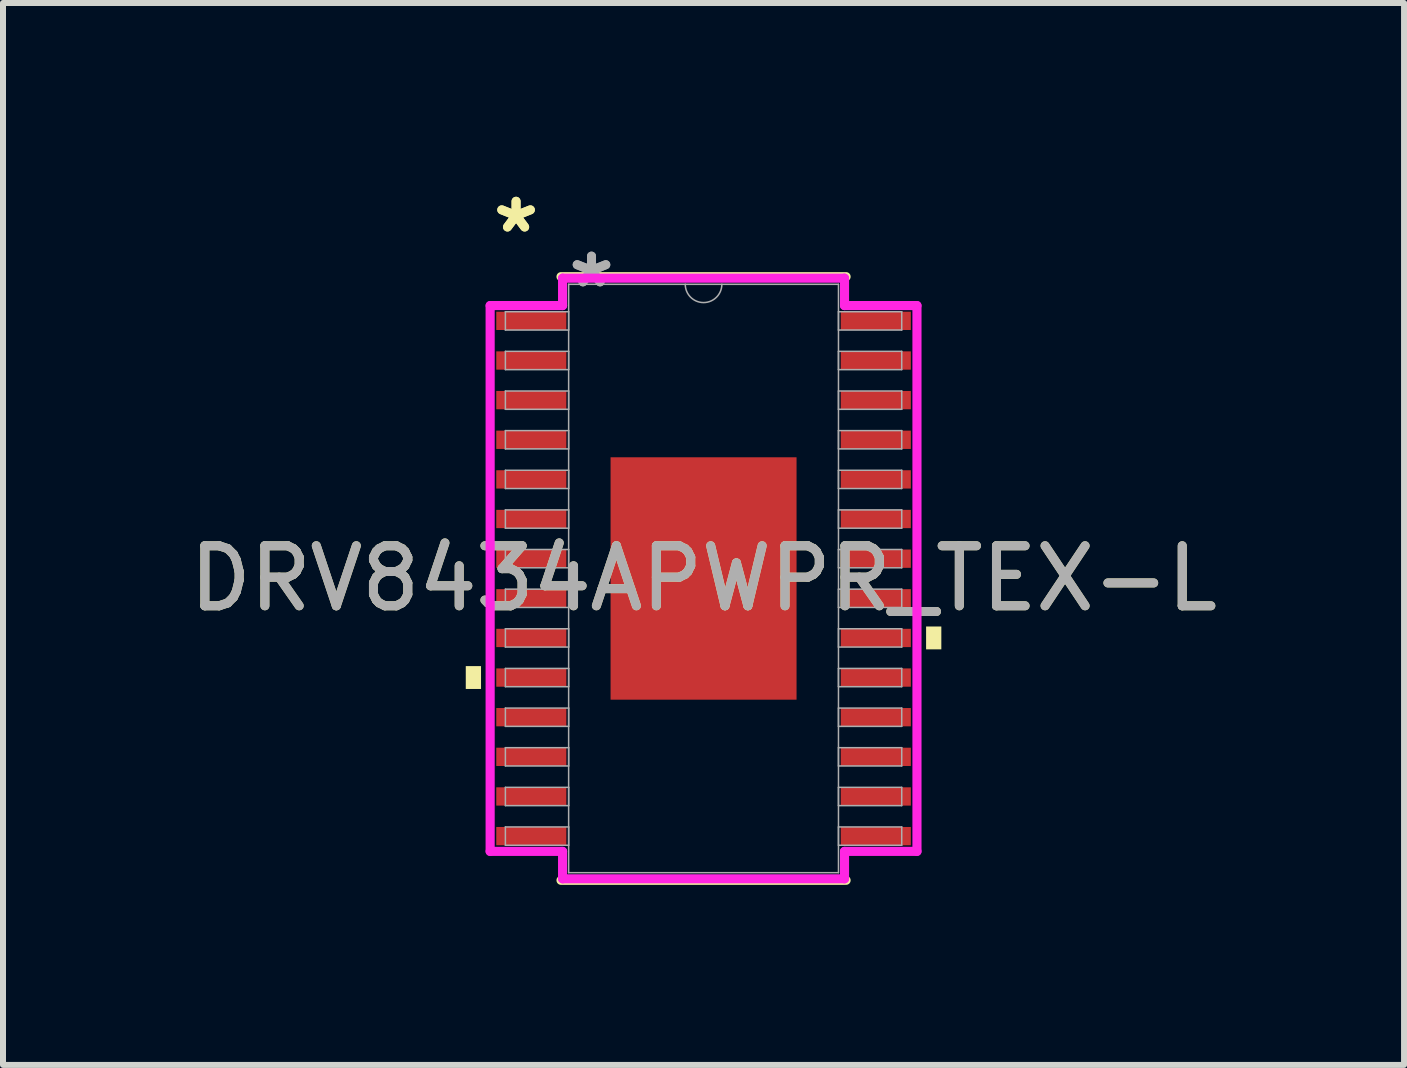
<source format=kicad_pcb>
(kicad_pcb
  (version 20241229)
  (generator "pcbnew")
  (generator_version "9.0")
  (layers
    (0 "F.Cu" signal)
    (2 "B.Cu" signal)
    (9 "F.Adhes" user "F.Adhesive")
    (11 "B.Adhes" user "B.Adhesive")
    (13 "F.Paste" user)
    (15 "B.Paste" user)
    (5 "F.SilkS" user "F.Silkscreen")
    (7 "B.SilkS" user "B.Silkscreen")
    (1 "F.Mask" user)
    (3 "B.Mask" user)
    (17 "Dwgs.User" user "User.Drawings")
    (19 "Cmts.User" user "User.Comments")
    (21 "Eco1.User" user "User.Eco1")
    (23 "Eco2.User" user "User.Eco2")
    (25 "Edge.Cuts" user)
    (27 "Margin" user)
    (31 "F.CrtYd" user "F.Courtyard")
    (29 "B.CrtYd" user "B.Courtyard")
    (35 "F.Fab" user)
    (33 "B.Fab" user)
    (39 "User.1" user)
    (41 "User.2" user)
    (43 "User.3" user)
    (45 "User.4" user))
  (footprint "DRV8434APWPR_TEX-L"
    (layer "F.Cu")
    (at 8.673 6.589)
    (property "Reference" "DRV8434APWPR_TEX-L" (at 0 0 0) (unlocked yes) (layer "F.SilkS") (effects (font (size 1 1) (thickness 0.15))))
    (attr smd)
    (fp_line (start -2.375 5.029) (end 2.375 5.029) (stroke (width 0.152) (type solid)) (layer "F.SilkS"))
    (fp_line (start 2.375 -5.029) (end -2.375 -5.029) (stroke (width 0.152) (type solid)) (layer "F.SilkS"))
    (fp_poly (pts (xy -3.962 1.46) (xy -3.962 1.841) (xy -3.708 1.841) (xy -3.708 1.46)) (stroke (width 0) (type solid)) (fill yes) (layer "F.SilkS"))
    (fp_poly (pts (xy 3.962 0.8) (xy 3.962 1.181) (xy 3.708 1.181) (xy 3.708 0.8)) (stroke (width 0) (type solid)) (fill yes) (layer "F.SilkS"))
    (fp_poly (pts (xy -1.449 -1.919) (xy -1.449 -0.773) (xy -0.1 -0.773) (xy -0.1 -1.919)) (stroke (width 0) (type solid)) (fill yes) (layer "F.Paste"))
    (fp_poly (pts (xy -1.449 -0.573) (xy -1.449 0.573) (xy -0.1 0.573) (xy -0.1 -0.573)) (stroke (width 0) (type solid)) (fill yes) (layer "F.Paste"))
    (fp_poly (pts (xy -1.449 0.773) (xy -1.449 1.919) (xy -0.1 1.919) (xy -0.1 0.773)) (stroke (width 0) (type solid)) (fill yes) (layer "F.Paste"))
    (fp_poly (pts (xy 0.1 -1.919) (xy 0.1 -0.773) (xy 1.449 -0.773) (xy 1.449 -1.919)) (stroke (width 0) (type solid)) (fill yes) (layer "F.Paste"))
    (fp_poly (pts (xy 0.1 -0.573) (xy 0.1 0.573) (xy 1.449 0.573) (xy 1.449 -0.573)) (stroke (width 0) (type solid)) (fill yes) (layer "F.Paste"))
    (fp_poly (pts (xy 0.1 0.773) (xy 0.1 1.919) (xy 1.449 1.919) (xy 1.449 0.773)) (stroke (width 0) (type solid)) (fill yes) (layer "F.Paste"))
    (fp_line (start -3.556 -4.547) (end -2.349 -4.547) (stroke (width 0.152) (type solid)) (layer "F.CrtYd"))
    (fp_line (start -3.556 4.547) (end -3.556 -4.547) (stroke (width 0.152) (type solid)) (layer "F.CrtYd"))
    (fp_line (start -3.556 4.547) (end -2.349 4.547) (stroke (width 0.152) (type solid)) (layer "F.CrtYd"))
    (fp_line (start -2.349 -5.004) (end 2.349 -5.004) (stroke (width 0.152) (type solid)) (layer "F.CrtYd"))
    (fp_line (start -2.349 -4.547) (end -2.349 -5.004) (stroke (width 0.152) (type solid)) (layer "F.CrtYd"))
    (fp_line (start -2.349 5.004) (end -2.349 4.547) (stroke (width 0.152) (type solid)) (layer "F.CrtYd"))
    (fp_line (start 2.349 -5.004) (end 2.349 -4.547) (stroke (width 0.152) (type solid)) (layer "F.CrtYd"))
    (fp_line (start 2.349 4.547) (end 2.349 5.004) (stroke (width 0.152) (type solid)) (layer "F.CrtYd"))
    (fp_line (start 2.349 5.004) (end -2.349 5.004) (stroke (width 0.152) (type solid)) (layer "F.CrtYd"))
    (fp_line (start 3.556 -4.547) (end 2.349 -4.547) (stroke (width 0.152) (type solid)) (layer "F.CrtYd"))
    (fp_line (start 3.556 -4.547) (end 3.556 4.547) (stroke (width 0.152) (type solid)) (layer "F.CrtYd"))
    (fp_line (start 3.556 4.547) (end 2.349 4.547) (stroke (width 0.152) (type solid)) (layer "F.CrtYd"))
    (fp_line (start -3.302 -4.445) (end -3.302 -4.14) (stroke (width 0.025) (type solid)) (layer "F.Fab"))
    (fp_line (start -3.302 -4.14) (end -2.248 -4.14) (stroke (width 0.025) (type solid)) (layer "F.Fab"))
    (fp_line (start -3.302 -3.785) (end -3.302 -3.48) (stroke (width 0.025) (type solid)) (layer "F.Fab"))
    (fp_line (start -3.302 -3.48) (end -2.248 -3.48) (stroke (width 0.025) (type solid)) (layer "F.Fab"))
    (fp_line (start -3.302 -3.124) (end -3.302 -2.819) (stroke (width 0.025) (type solid)) (layer "F.Fab"))
    (fp_line (start -3.302 -2.819) (end -2.248 -2.819) (stroke (width 0.025) (type solid)) (layer "F.Fab"))
    (fp_line (start -3.302 -2.464) (end -3.302 -2.159) (stroke (width 0.025) (type solid)) (layer "F.Fab"))
    (fp_line (start -3.302 -2.159) (end -2.248 -2.159) (stroke (width 0.025) (type solid)) (layer "F.Fab"))
    (fp_line (start -3.302 -1.803) (end -3.302 -1.499) (stroke (width 0.025) (type solid)) (layer "F.Fab"))
    (fp_line (start -3.302 -1.499) (end -2.248 -1.499) (stroke (width 0.025) (type solid)) (layer "F.Fab"))
    (fp_line (start -3.302 -1.143) (end -3.302 -0.838) (stroke (width 0.025) (type solid)) (layer "F.Fab"))
    (fp_line (start -3.302 -0.838) (end -2.248 -0.838) (stroke (width 0.025) (type solid)) (layer "F.Fab"))
    (fp_line (start -3.302 -0.483) (end -3.302 -0.178) (stroke (width 0.025) (type solid)) (layer "F.Fab"))
    (fp_line (start -3.302 -0.178) (end -2.248 -0.178) (stroke (width 0.025) (type solid)) (layer "F.Fab"))
    (fp_line (start -3.302 0.178) (end -3.302 0.483) (stroke (width 0.025) (type solid)) (layer "F.Fab"))
    (fp_line (start -3.302 0.483) (end -2.248 0.483) (stroke (width 0.025) (type solid)) (layer "F.Fab"))
    (fp_line (start -3.302 0.838) (end -3.302 1.143) (stroke (width 0.025) (type solid)) (layer "F.Fab"))
    (fp_line (start -3.302 1.143) (end -2.248 1.143) (stroke (width 0.025) (type solid)) (layer "F.Fab"))
    (fp_line (start -3.302 1.499) (end -3.302 1.803) (stroke (width 0.025) (type solid)) (layer "F.Fab"))
    (fp_line (start -3.302 1.803) (end -2.248 1.803) (stroke (width 0.025) (type solid)) (layer "F.Fab"))
    (fp_line (start -3.302 2.159) (end -3.302 2.464) (stroke (width 0.025) (type solid)) (layer "F.Fab"))
    (fp_line (start -3.302 2.464) (end -2.248 2.464) (stroke (width 0.025) (type solid)) (layer "F.Fab"))
    (fp_line (start -3.302 2.819) (end -3.302 3.124) (stroke (width 0.025) (type solid)) (layer "F.Fab"))
    (fp_line (start -3.302 3.124) (end -2.248 3.124) (stroke (width 0.025) (type solid)) (layer "F.Fab"))
    (fp_line (start -3.302 3.48) (end -3.302 3.785) (stroke (width 0.025) (type solid)) (layer "F.Fab"))
    (fp_line (start -3.302 3.785) (end -2.248 3.785) (stroke (width 0.025) (type solid)) (layer "F.Fab"))
    (fp_line (start -3.302 4.14) (end -3.302 4.445) (stroke (width 0.025) (type solid)) (layer "F.Fab"))
    (fp_line (start -3.302 4.445) (end -2.248 4.445) (stroke (width 0.025) (type solid)) (layer "F.Fab"))
    (fp_line (start -2.248 -4.902) (end -2.248 4.902) (stroke (width 0.025) (type solid)) (layer "F.Fab"))
    (fp_line (start -2.248 -4.445) (end -3.302 -4.445) (stroke (width 0.025) (type solid)) (layer "F.Fab"))
    (fp_line (start -2.248 -4.14) (end -2.248 -4.445) (stroke (width 0.025) (type solid)) (layer "F.Fab"))
    (fp_line (start -2.248 -3.785) (end -3.302 -3.785) (stroke (width 0.025) (type solid)) (layer "F.Fab"))
    (fp_line (start -2.248 -3.48) (end -2.248 -3.785) (stroke (width 0.025) (type solid)) (layer "F.Fab"))
    (fp_line (start -2.248 -3.124) (end -3.302 -3.124) (stroke (width 0.025) (type solid)) (layer "F.Fab"))
    (fp_line (start -2.248 -2.819) (end -2.248 -3.124) (stroke (width 0.025) (type solid)) (layer "F.Fab"))
    (fp_line (start -2.248 -2.464) (end -3.302 -2.464) (stroke (width 0.025) (type solid)) (layer "F.Fab"))
    (fp_line (start -2.248 -2.159) (end -2.248 -2.464) (stroke (width 0.025) (type solid)) (layer "F.Fab"))
    (fp_line (start -2.248 -1.803) (end -3.302 -1.803) (stroke (width 0.025) (type solid)) (layer "F.Fab"))
    (fp_line (start -2.248 -1.499) (end -2.248 -1.803) (stroke (width 0.025) (type solid)) (layer "F.Fab"))
    (fp_line (start -2.248 -1.143) (end -3.302 -1.143) (stroke (width 0.025) (type solid)) (layer "F.Fab"))
    (fp_line (start -2.248 -0.838) (end -2.248 -1.143) (stroke (width 0.025) (type solid)) (layer "F.Fab"))
    (fp_line (start -2.248 -0.483) (end -3.302 -0.483) (stroke (width 0.025) (type solid)) (layer "F.Fab"))
    (fp_line (start -2.248 -0.178) (end -2.248 -0.483) (stroke (width 0.025) (type solid)) (layer "F.Fab"))
    (fp_line (start -2.248 0.178) (end -3.302 0.178) (stroke (width 0.025) (type solid)) (layer "F.Fab"))
    (fp_line (start -2.248 0.483) (end -2.248 0.178) (stroke (width 0.025) (type solid)) (layer "F.Fab"))
    (fp_line (start -2.248 0.838) (end -3.302 0.838) (stroke (width 0.025) (type solid)) (layer "F.Fab"))
    (fp_line (start -2.248 1.143) (end -2.248 0.838) (stroke (width 0.025) (type solid)) (layer "F.Fab"))
    (fp_line (start -2.248 1.499) (end -3.302 1.499) (stroke (width 0.025) (type solid)) (layer "F.Fab"))
    (fp_line (start -2.248 1.803) (end -2.248 1.499) (stroke (width 0.025) (type solid)) (layer "F.Fab"))
    (fp_line (start -2.248 2.159) (end -3.302 2.159) (stroke (width 0.025) (type solid)) (layer "F.Fab"))
    (fp_line (start -2.248 2.464) (end -2.248 2.159) (stroke (width 0.025) (type solid)) (layer "F.Fab"))
    (fp_line (start -2.248 2.819) (end -3.302 2.819) (stroke (width 0.025) (type solid)) (layer "F.Fab"))
    (fp_line (start -2.248 3.124) (end -2.248 2.819) (stroke (width 0.025) (type solid)) (layer "F.Fab"))
    (fp_line (start -2.248 3.48) (end -3.302 3.48) (stroke (width 0.025) (type solid)) (layer "F.Fab"))
    (fp_line (start -2.248 3.785) (end -2.248 3.48) (stroke (width 0.025) (type solid)) (layer "F.Fab"))
    (fp_line (start -2.248 4.14) (end -3.302 4.14) (stroke (width 0.025) (type solid)) (layer "F.Fab"))
    (fp_line (start -2.248 4.445) (end -2.248 4.14) (stroke (width 0.025) (type solid)) (layer "F.Fab"))
    (fp_line (start -2.248 4.902) (end 2.248 4.902) (stroke (width 0.025) (type solid)) (layer "F.Fab"))
    (fp_line (start 2.248 -4.902) (end -2.248 -4.902) (stroke (width 0.025) (type solid)) (layer "F.Fab"))
    (fp_line (start 2.248 -4.445) (end 2.248 -4.14) (stroke (width 0.025) (type solid)) (layer "F.Fab"))
    (fp_line (start 2.248 -4.14) (end 3.302 -4.14) (stroke (width 0.025) (type solid)) (layer "F.Fab"))
    (fp_line (start 2.248 -3.785) (end 2.248 -3.48) (stroke (width 0.025) (type solid)) (layer "F.Fab"))
    (fp_line (start 2.248 -3.48) (end 3.302 -3.48) (stroke (width 0.025) (type solid)) (layer "F.Fab"))
    (fp_line (start 2.248 -3.124) (end 2.248 -2.819) (stroke (width 0.025) (type solid)) (layer "F.Fab"))
    (fp_line (start 2.248 -2.819) (end 3.302 -2.819) (stroke (width 0.025) (type solid)) (layer "F.Fab"))
    (fp_line (start 2.248 -2.464) (end 2.248 -2.159) (stroke (width 0.025) (type solid)) (layer "F.Fab"))
    (fp_line (start 2.248 -2.159) (end 3.302 -2.159) (stroke (width 0.025) (type solid)) (layer "F.Fab"))
    (fp_line (start 2.248 -1.803) (end 2.248 -1.499) (stroke (width 0.025) (type solid)) (layer "F.Fab"))
    (fp_line (start 2.248 -1.499) (end 3.302 -1.499) (stroke (width 0.025) (type solid)) (layer "F.Fab"))
    (fp_line (start 2.248 -1.143) (end 2.248 -0.838) (stroke (width 0.025) (type solid)) (layer "F.Fab"))
    (fp_line (start 2.248 -0.838) (end 3.302 -0.838) (stroke (width 0.025) (type solid)) (layer "F.Fab"))
    (fp_line (start 2.248 -0.483) (end 2.248 -0.178) (stroke (width 0.025) (type solid)) (layer "F.Fab"))
    (fp_line (start 2.248 -0.178) (end 3.302 -0.178) (stroke (width 0.025) (type solid)) (layer "F.Fab"))
    (fp_line (start 2.248 0.178) (end 2.248 0.483) (stroke (width 0.025) (type solid)) (layer "F.Fab"))
    (fp_line (start 2.248 0.483) (end 3.302 0.483) (stroke (width 0.025) (type solid)) (layer "F.Fab"))
    (fp_line (start 2.248 0.838) (end 2.248 1.143) (stroke (width 0.025) (type solid)) (layer "F.Fab"))
    (fp_line (start 2.248 1.143) (end 3.302 1.143) (stroke (width 0.025) (type solid)) (layer "F.Fab"))
    (fp_line (start 2.248 1.499) (end 2.248 1.803) (stroke (width 0.025) (type solid)) (layer "F.Fab"))
    (fp_line (start 2.248 1.803) (end 3.302 1.803) (stroke (width 0.025) (type solid)) (layer "F.Fab"))
    (fp_line (start 2.248 2.159) (end 2.248 2.464) (stroke (width 0.025) (type solid)) (layer "F.Fab"))
    (fp_line (start 2.248 2.464) (end 3.302 2.464) (stroke (width 0.025) (type solid)) (layer "F.Fab"))
    (fp_line (start 2.248 2.819) (end 2.248 3.124) (stroke (width 0.025) (type solid)) (layer "F.Fab"))
    (fp_line (start 2.248 3.124) (end 3.302 3.124) (stroke (width 0.025) (type solid)) (layer "F.Fab"))
    (fp_line (start 2.248 3.48) (end 2.248 3.785) (stroke (width 0.025) (type solid)) (layer "F.Fab"))
    (fp_line (start 2.248 3.785) (end 3.302 3.785) (stroke (width 0.025) (type solid)) (layer "F.Fab"))
    (fp_line (start 2.248 4.14) (end 2.248 4.445) (stroke (width 0.025) (type solid)) (layer "F.Fab"))
    (fp_line (start 2.248 4.445) (end 3.302 4.445) (stroke (width 0.025) (type solid)) (layer "F.Fab"))
    (fp_line (start 2.248 4.902) (end 2.248 -4.902) (stroke (width 0.025) (type solid)) (layer "F.Fab"))
    (fp_line (start 3.302 -4.445) (end 2.248 -4.445) (stroke (width 0.025) (type solid)) (layer "F.Fab"))
    (fp_line (start 3.302 -4.14) (end 3.302 -4.445) (stroke (width 0.025) (type solid)) (layer "F.Fab"))
    (fp_line (start 3.302 -3.785) (end 2.248 -3.785) (stroke (width 0.025) (type solid)) (layer "F.Fab"))
    (fp_line (start 3.302 -3.48) (end 3.302 -3.785) (stroke (width 0.025) (type solid)) (layer "F.Fab"))
    (fp_line (start 3.302 -3.124) (end 2.248 -3.124) (stroke (width 0.025) (type solid)) (layer "F.Fab"))
    (fp_line (start 3.302 -2.819) (end 3.302 -3.124) (stroke (width 0.025) (type solid)) (layer "F.Fab"))
    (fp_line (start 3.302 -2.464) (end 2.248 -2.464) (stroke (width 0.025) (type solid)) (layer "F.Fab"))
    (fp_line (start 3.302 -2.159) (end 3.302 -2.464) (stroke (width 0.025) (type solid)) (layer "F.Fab"))
    (fp_line (start 3.302 -1.803) (end 2.248 -1.803) (stroke (width 0.025) (type solid)) (layer "F.Fab"))
    (fp_line (start 3.302 -1.499) (end 3.302 -1.803) (stroke (width 0.025) (type solid)) (layer "F.Fab"))
    (fp_line (start 3.302 -1.143) (end 2.248 -1.143) (stroke (width 0.025) (type solid)) (layer "F.Fab"))
    (fp_line (start 3.302 -0.838) (end 3.302 -1.143) (stroke (width 0.025) (type solid)) (layer "F.Fab"))
    (fp_line (start 3.302 -0.483) (end 2.248 -0.483) (stroke (width 0.025) (type solid)) (layer "F.Fab"))
    (fp_line (start 3.302 -0.178) (end 3.302 -0.483) (stroke (width 0.025) (type solid)) (layer "F.Fab"))
    (fp_line (start 3.302 0.178) (end 2.248 0.178) (stroke (width 0.025) (type solid)) (layer "F.Fab"))
    (fp_line (start 3.302 0.483) (end 3.302 0.178) (stroke (width 0.025) (type solid)) (layer "F.Fab"))
    (fp_line (start 3.302 0.838) (end 2.248 0.838) (stroke (width 0.025) (type solid)) (layer "F.Fab"))
    (fp_line (start 3.302 1.143) (end 3.302 0.838) (stroke (width 0.025) (type solid)) (layer "F.Fab"))
    (fp_line (start 3.302 1.499) (end 2.248 1.499) (stroke (width 0.025) (type solid)) (layer "F.Fab"))
    (fp_line (start 3.302 1.803) (end 3.302 1.499) (stroke (width 0.025) (type solid)) (layer "F.Fab"))
    (fp_line (start 3.302 2.159) (end 2.248 2.159) (stroke (width 0.025) (type solid)) (layer "F.Fab"))
    (fp_line (start 3.302 2.464) (end 3.302 2.159) (stroke (width 0.025) (type solid)) (layer "F.Fab"))
    (fp_line (start 3.302 2.819) (end 2.248 2.819) (stroke (width 0.025) (type solid)) (layer "F.Fab"))
    (fp_line (start 3.302 3.124) (end 3.302 2.819) (stroke (width 0.025) (type solid)) (layer "F.Fab"))
    (fp_line (start 3.302 3.48) (end 2.248 3.48) (stroke (width 0.025) (type solid)) (layer "F.Fab"))
    (fp_line (start 3.302 3.785) (end 3.302 3.48) (stroke (width 0.025) (type solid)) (layer "F.Fab"))
    (fp_line (start 3.302 4.14) (end 2.248 4.14) (stroke (width 0.025) (type solid)) (layer "F.Fab"))
    (fp_line (start 3.302 4.445) (end 3.302 4.14) (stroke (width 0.025) (type solid)) (layer "F.Fab"))
    (fp_arc (start 0.3048 -4.9022) (mid 0 -4.5974) (end -0.3048 -4.9022) (stroke (width 0.0254) (type solid)) (layer "F.Fab"))
    (fp_text user "*" (at -3.124 -5.74 0) (layer "F.SilkS") (effects (font (size 1 1) (thickness 0.15))))
    (fp_text user "*" (at -3.124 -5.74 0) (unlocked yes) (layer "F.SilkS") (effects (font (size 1 1) (thickness 0.15))))
    (fp_text user "${REFERENCE}" (at 0 0 0) (unlocked yes) (layer "F.Fab") (effects (font (size 1 1) (thickness 0.15))))
    (fp_text user "*" (at -1.867 -4.826 0) (layer "F.Fab") (effects (font (size 1 1) (thickness 0.15))))
    (fp_text user "*" (at -1.867 -4.826 0) (unlocked yes) (layer "F.Fab") (effects (font (size 1 1) (thickness 0.15))))
    (pad "1" smd rect (at -2.87 -4.293) (size 1.168 0.305) (layers "F.Cu" "F.Mask" "F.Paste"))
    (pad "2" smd rect (at -2.87 -3.632) (size 1.168 0.305) (layers "F.Cu" "F.Mask" "F.Paste"))
    (pad "3" smd rect (at -2.87 -2.972) (size 1.168 0.305) (layers "F.Cu" "F.Mask" "F.Paste"))
    (pad "4" smd rect (at -2.87 -2.311) (size 1.168 0.305) (layers "F.Cu" "F.Mask" "F.Paste"))
    (pad "5" smd rect (at -2.87 -1.651) (size 1.168 0.305) (layers "F.Cu" "F.Mask" "F.Paste"))
    (pad "6" smd rect (at -2.87 -0.991) (size 1.168 0.305) (layers "F.Cu" "F.Mask" "F.Paste"))
    (pad "7" smd rect (at -2.87 -0.33) (size 1.168 0.305) (layers "F.Cu" "F.Mask" "F.Paste"))
    (pad "8" smd rect (at -2.87 0.33) (size 1.168 0.305) (layers "F.Cu" "F.Mask" "F.Paste"))
    (pad "9" smd rect (at -2.87 0.991) (size 1.168 0.305) (layers "F.Cu" "F.Mask" "F.Paste"))
    (pad "10" smd rect (at -2.87 1.651) (size 1.168 0.305) (layers "F.Cu" "F.Mask" "F.Paste"))
    (pad "11" smd rect (at -2.87 2.311) (size 1.168 0.305) (layers "F.Cu" "F.Mask" "F.Paste"))
    (pad "12" smd rect (at -2.87 2.972) (size 1.168 0.305) (layers "F.Cu" "F.Mask" "F.Paste"))
    (pad "13" smd rect (at -2.87 3.632) (size 1.168 0.305) (layers "F.Cu" "F.Mask" "F.Paste"))
    (pad "14" smd rect (at -2.87 4.293) (size 1.168 0.305) (layers "F.Cu" "F.Mask" "F.Paste"))
    (pad "15" smd rect (at 2.87 4.293) (size 1.168 0.305) (layers "F.Cu" "F.Mask" "F.Paste"))
    (pad "16" smd rect (at 2.87 3.632) (size 1.168 0.305) (layers "F.Cu" "F.Mask" "F.Paste"))
    (pad "17" smd rect (at 2.87 2.972) (size 1.168 0.305) (layers "F.Cu" "F.Mask" "F.Paste"))
    (pad "18" smd rect (at 2.87 2.311) (size 1.168 0.305) (layers "F.Cu" "F.Mask" "F.Paste"))
    (pad "19" smd rect (at 2.87 1.651) (size 1.168 0.305) (layers "F.Cu" "F.Mask" "F.Paste"))
    (pad "20" smd rect (at 2.87 0.991) (size 1.168 0.305) (layers "F.Cu" "F.Mask" "F.Paste"))
    (pad "21" smd rect (at 2.87 0.33) (size 1.168 0.305) (layers "F.Cu" "F.Mask" "F.Paste"))
    (pad "22" smd rect (at 2.87 -0.33) (size 1.168 0.305) (layers "F.Cu" "F.Mask" "F.Paste"))
    (pad "23" smd rect (at 2.87 -0.991) (size 1.168 0.305) (layers "F.Cu" "F.Mask" "F.Paste"))
    (pad "24" smd rect (at 2.87 -1.651) (size 1.168 0.305) (layers "F.Cu" "F.Mask" "F.Paste"))
    (pad "25" smd rect (at 2.87 -2.311) (size 1.168 0.305) (layers "F.Cu" "F.Mask" "F.Paste"))
    (pad "26" smd rect (at 2.87 -2.972) (size 1.168 0.305) (layers "F.Cu" "F.Mask" "F.Paste"))
    (pad "27" smd rect (at 2.87 -3.632) (size 1.168 0.305) (layers "F.Cu" "F.Mask" "F.Paste"))
    (pad "28" smd rect (at 2.87 -4.293) (size 1.168 0.305) (layers "F.Cu" "F.Mask" "F.Paste"))
    (pad "EPAD" smd rect (at 0 0) (size 3.099 4.039) (layers "F.Cu" "F.Mask")))
  (gr_rect
    (start -3 -3)
    (end 20.345 14.694)
    (stroke (width 0.1) (type default))
    (fill no)
    (layer "Edge.Cuts")))
</source>
